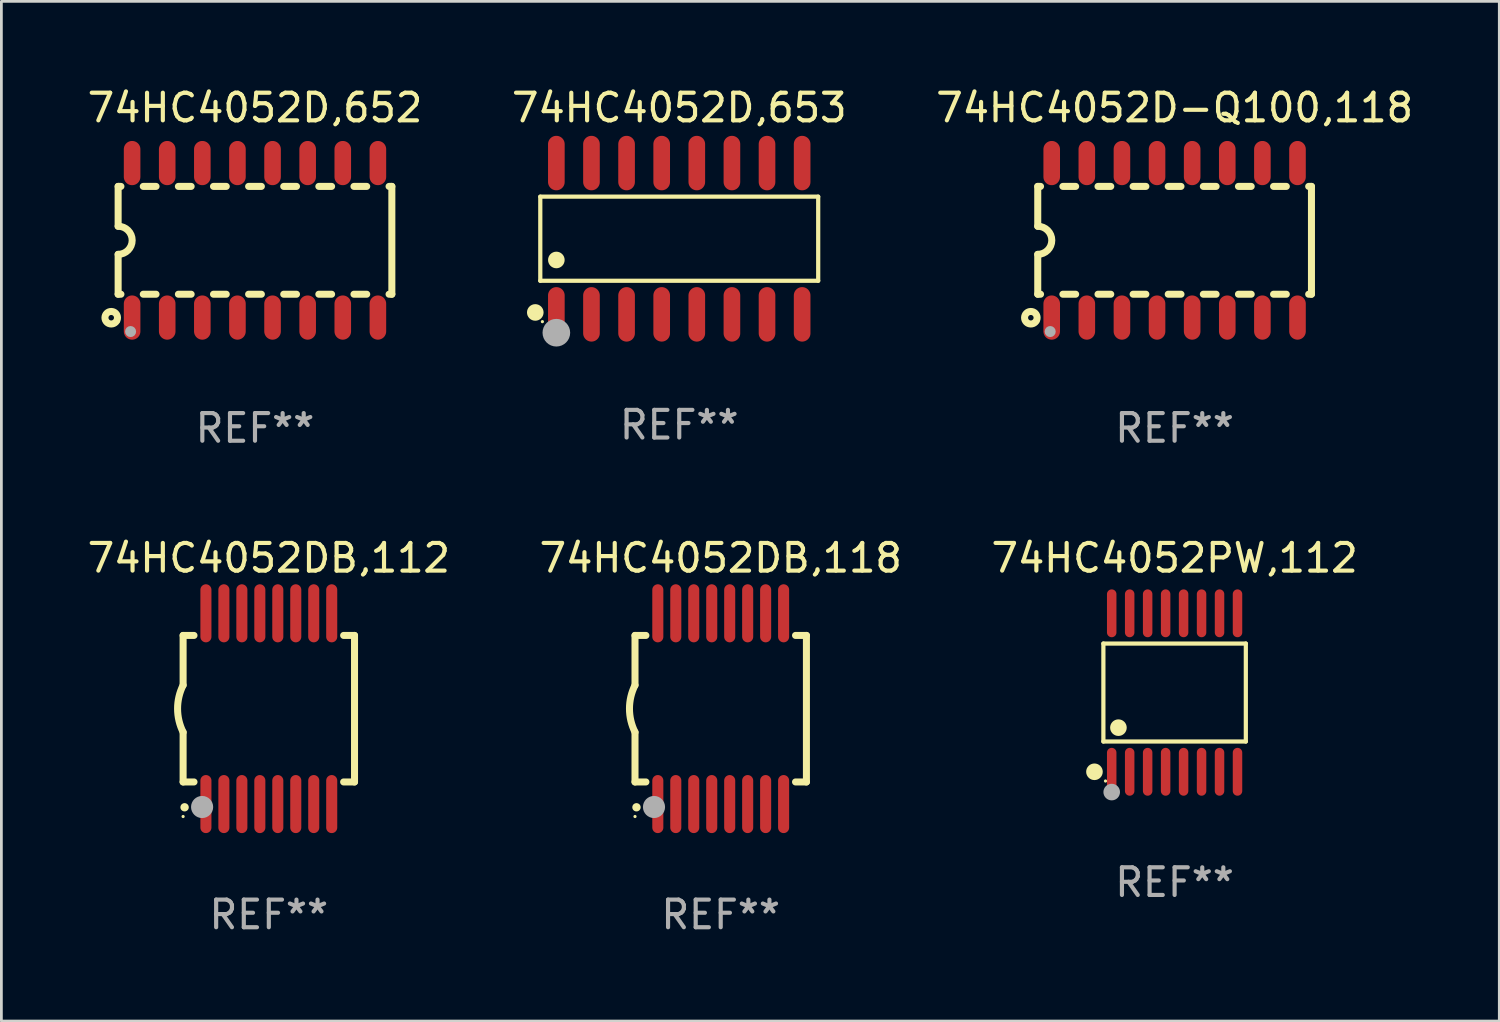
<source format=kicad_pcb>
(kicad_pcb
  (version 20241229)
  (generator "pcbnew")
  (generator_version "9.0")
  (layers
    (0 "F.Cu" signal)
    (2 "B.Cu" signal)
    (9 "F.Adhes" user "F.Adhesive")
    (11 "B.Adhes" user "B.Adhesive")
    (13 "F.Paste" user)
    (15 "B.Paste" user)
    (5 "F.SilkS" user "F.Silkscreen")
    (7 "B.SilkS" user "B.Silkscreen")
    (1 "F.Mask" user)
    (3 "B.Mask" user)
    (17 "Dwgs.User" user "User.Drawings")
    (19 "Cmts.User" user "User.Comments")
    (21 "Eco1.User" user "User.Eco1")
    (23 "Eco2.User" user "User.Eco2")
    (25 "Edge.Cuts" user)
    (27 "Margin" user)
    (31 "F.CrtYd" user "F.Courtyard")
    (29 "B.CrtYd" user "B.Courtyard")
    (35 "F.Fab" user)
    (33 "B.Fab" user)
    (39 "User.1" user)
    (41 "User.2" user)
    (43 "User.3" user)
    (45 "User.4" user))
  (footprint "74HC4052D,653"
    (layer "F.Cu")
    (at 21.518 5.584)
    (property "Reference" "74HC4052D,653" (at 0 -4.736 0) (layer "F.SilkS") (effects (font (size 1 1) (thickness 0.15))))
    (attr through_hole)
    (fp_line (start -5.026 -1.521) (end 5.026 -1.521) (stroke (width 0.152) (type solid)) (layer "F.SilkS"))
    (fp_line (start -5.026 1.521) (end -5.026 -1.521) (stroke (width 0.152) (type solid)) (layer "F.SilkS"))
    (fp_line (start 5.026 -1.521) (end 5.026 1.521) (stroke (width 0.152) (type solid)) (layer "F.SilkS"))
    (fp_line (start 5.026 1.521) (end -5.026 1.521) (stroke (width 0.152) (type solid)) (layer "F.SilkS"))
    (fp_circle (center -5.207 2.667) (end -5.057 2.667) (stroke (width 0.3) (type solid)) (fill no) (layer "F.SilkS"))
    (fp_circle (center -4.95 3) (end -4.92 3) (stroke (width 0.06) (type solid)) (fill no) (layer "F.SilkS"))
    (fp_circle (center -4.445 0.769) (end -4.295 0.769) (stroke (width 0.3) (type solid)) (fill no) (layer "F.SilkS"))
    (fp_circle (center -4.445 3.4) (end -4.195 3.4) (stroke (width 0.5) (type solid)) (fill no) (layer "F.Fab"))
    (fp_text user "REF**" (at 0 6.736 0) (layer "F.Fab") (effects (font (size 1 1) (thickness 0.15))))
    (pad "1" smd oval (at -4.445 2.736) (size 0.602 1.971) (layers "F.Cu" "F.Mask" "F.Paste"))
    (pad "2" smd oval (at -3.175 2.736) (size 0.602 1.971) (layers "F.Cu" "F.Mask" "F.Paste"))
    (pad "3" smd oval (at -1.905 2.736) (size 0.602 1.971) (layers "F.Cu" "F.Mask" "F.Paste"))
    (pad "4" smd oval (at -0.635 2.736) (size 0.602 1.971) (layers "F.Cu" "F.Mask" "F.Paste"))
    (pad "5" smd oval (at 0.635 2.736) (size 0.602 1.971) (layers "F.Cu" "F.Mask" "F.Paste"))
    (pad "6" smd oval (at 1.905 2.736) (size 0.602 1.971) (layers "F.Cu" "F.Mask" "F.Paste"))
    (pad "7" smd oval (at 3.175 2.736) (size 0.602 1.971) (layers "F.Cu" "F.Mask" "F.Paste"))
    (pad "8" smd oval (at 4.445 2.736) (size 0.602 1.971) (layers "F.Cu" "F.Mask" "F.Paste"))
    (pad "9" smd oval (at 4.445 -2.736) (size 0.602 1.971) (layers "F.Cu" "F.Mask" "F.Paste"))
    (pad "10" smd oval (at 3.175 -2.736) (size 0.602 1.971) (layers "F.Cu" "F.Mask" "F.Paste"))
    (pad "11" smd oval (at 1.905 -2.736) (size 0.602 1.971) (layers "F.Cu" "F.Mask" "F.Paste"))
    (pad "12" smd oval (at 0.635 -2.736) (size 0.602 1.971) (layers "F.Cu" "F.Mask" "F.Paste"))
    (pad "13" smd oval (at -0.635 -2.736) (size 0.602 1.971) (layers "F.Cu" "F.Mask" "F.Paste"))
    (pad "14" smd oval (at -1.905 -2.736) (size 0.602 1.971) (layers "F.Cu" "F.Mask" "F.Paste"))
    (pad "15" smd oval (at -3.175 -2.736) (size 0.602 1.971) (layers "F.Cu" "F.Mask" "F.Paste"))
    (pad "16" smd oval (at -4.445 -2.736) (size 0.602 1.971) (layers "F.Cu" "F.Mask" "F.Paste")))
  (footprint "74HC4052D-Q100,118"
    (layer "F.Cu")
    (at 39.435 5.642)
    (property "Reference" "74HC4052D-Q100,118" (at 0 -4.794 0) (layer "F.SilkS") (effects (font (size 1 1) (thickness 0.15))))
    (attr through_hole)
    (fp_line (start -4.95 -1.95) (end -4.95 -0.508) (stroke (width 0.254) (type solid)) (layer "F.SilkS"))
    (fp_line (start -4.95 -1.95) (end -4.849 -1.95) (stroke (width 0.254) (type solid)) (layer "F.SilkS"))
    (fp_line (start -4.95 1.95) (end -4.95 0.508) (stroke (width 0.254) (type solid)) (layer "F.SilkS"))
    (fp_line (start -4.95 1.95) (end -4.849 1.95) (stroke (width 0.254) (type solid)) (layer "F.SilkS"))
    (fp_line (start -4.041 -1.95) (end -3.579 -1.95) (stroke (width 0.254) (type solid)) (layer "F.SilkS"))
    (fp_line (start -4.041 1.95) (end -3.579 1.95) (stroke (width 0.254) (type solid)) (layer "F.SilkS"))
    (fp_line (start -2.771 -1.95) (end -2.309 -1.95) (stroke (width 0.254) (type solid)) (layer "F.SilkS"))
    (fp_line (start -2.771 1.95) (end -2.309 1.95) (stroke (width 0.254) (type solid)) (layer "F.SilkS"))
    (fp_line (start -1.501 -1.95) (end -1.039 -1.95) (stroke (width 0.254) (type solid)) (layer "F.SilkS"))
    (fp_line (start -1.501 1.95) (end -1.039 1.95) (stroke (width 0.254) (type solid)) (layer "F.SilkS"))
    (fp_line (start -0.231 -1.95) (end 0.231 -1.95) (stroke (width 0.254) (type solid)) (layer "F.SilkS"))
    (fp_line (start -0.231 1.95) (end 0.231 1.95) (stroke (width 0.254) (type solid)) (layer "F.SilkS"))
    (fp_line (start 1.039 -1.95) (end 1.501 -1.95) (stroke (width 0.254) (type solid)) (layer "F.SilkS"))
    (fp_line (start 1.039 1.95) (end 1.501 1.95) (stroke (width 0.254) (type solid)) (layer "F.SilkS"))
    (fp_line (start 2.309 -1.95) (end 2.771 -1.95) (stroke (width 0.254) (type solid)) (layer "F.SilkS"))
    (fp_line (start 2.309 1.95) (end 2.771 1.95) (stroke (width 0.254) (type solid)) (layer "F.SilkS"))
    (fp_line (start 3.579 -1.95) (end 4.041 -1.95) (stroke (width 0.254) (type solid)) (layer "F.SilkS"))
    (fp_line (start 3.579 1.95) (end 4.041 1.95) (stroke (width 0.254) (type solid)) (layer "F.SilkS"))
    (fp_line (start 4.849 -1.95) (end 4.95 -1.95) (stroke (width 0.254) (type solid)) (layer "F.SilkS"))
    (fp_line (start 4.849 1.95) (end 4.95 1.95) (stroke (width 0.254) (type solid)) (layer "F.SilkS"))
    (fp_line (start 4.95 -1.95) (end 4.95 1.95) (stroke (width 0.254) (type solid)) (layer "F.SilkS"))
    (fp_arc (start -4.95047 -0.508001) (mid -4.442469 -0.000228) (end -4.950013 0.508001) (stroke (width 0.254001) (type solid)) (layer "F.SilkS"))
    (fp_circle (center -5.2 2.8) (end -5.1 2.8) (stroke (width 0.254) (type solid)) (fill no) (layer "F.SilkS"))
    (fp_circle (center -4.95 2.947) (end -4.92 2.947) (stroke (width 0.06) (type solid)) (fill no) (layer "F.SilkS"))
    (fp_circle (center -4.5 3.3) (end -4.4 3.3) (stroke (width 0.2) (type solid)) (fill no) (layer "F.Fab"))
    (fp_text user "REF**" (at 0 6.794 0) (layer "F.Fab") (effects (font (size 1 1) (thickness 0.15))))
    (pad "1" smd oval (at -4.445 2.794) (size 0.6 1.6) (layers "F.Cu" "F.Mask" "F.Paste"))
    (pad "2" smd oval (at -3.175 2.794) (size 0.6 1.6) (layers "F.Cu" "F.Mask" "F.Paste"))
    (pad "3" smd oval (at -1.905 2.794) (size 0.6 1.6) (layers "F.Cu" "F.Mask" "F.Paste"))
    (pad "4" smd oval (at -0.635 2.794) (size 0.6 1.6) (layers "F.Cu" "F.Mask" "F.Paste"))
    (pad "5" smd oval (at 0.635 2.794) (size 0.6 1.6) (layers "F.Cu" "F.Mask" "F.Paste"))
    (pad "6" smd oval (at 1.905 2.794) (size 0.6 1.6) (layers "F.Cu" "F.Mask" "F.Paste"))
    (pad "7" smd oval (at 3.175 2.794) (size 0.6 1.6) (layers "F.Cu" "F.Mask" "F.Paste"))
    (pad "8" smd oval (at 4.445 2.794) (size 0.6 1.6) (layers "F.Cu" "F.Mask" "F.Paste"))
    (pad "9" smd oval (at 4.445 -2.794) (size 0.6 1.6) (layers "F.Cu" "F.Mask" "F.Paste"))
    (pad "10" smd oval (at 3.175 -2.794) (size 0.6 1.6) (layers "F.Cu" "F.Mask" "F.Paste"))
    (pad "11" smd oval (at 1.905 -2.794) (size 0.6 1.6) (layers "F.Cu" "F.Mask" "F.Paste"))
    (pad "12" smd oval (at 0.635 -2.794) (size 0.6 1.6) (layers "F.Cu" "F.Mask" "F.Paste"))
    (pad "13" smd oval (at -0.635 -2.794) (size 0.6 1.6) (layers "F.Cu" "F.Mask" "F.Paste"))
    (pad "14" smd oval (at -1.905 -2.794) (size 0.6 1.6) (layers "F.Cu" "F.Mask" "F.Paste"))
    (pad "15" smd oval (at -3.175 -2.794) (size 0.6 1.6) (layers "F.Cu" "F.Mask" "F.Paste"))
    (pad "16" smd oval (at -4.445 -2.794) (size 0.6 1.6) (layers "F.Cu" "F.Mask" "F.Paste")))
  (footprint "74HC4052DB,112"
    (layer "F.Cu")
    (at 6.673 22.583)
    (property "Reference" "74HC4052DB,112" (at 0 -5.45 0) (layer "F.SilkS") (effects (font (size 1 1) (thickness 0.15))))
    (attr through_hole)
    (fp_line (start -3.1 -2.65) (end -3.1 -0.85) (stroke (width 0.254) (type solid)) (layer "F.SilkS"))
    (fp_line (start -3.1 -2.65) (end -2.706 -2.65) (stroke (width 0.254) (type solid)) (layer "F.SilkS"))
    (fp_line (start -3.1 2.65) (end -3.1 0.85) (stroke (width 0.254) (type solid)) (layer "F.SilkS"))
    (fp_line (start -3.1 2.65) (end -2.706 2.65) (stroke (width 0.254) (type solid)) (layer "F.SilkS"))
    (fp_line (start 2.706 -2.65) (end 3.1 -2.65) (stroke (width 0.254) (type solid)) (layer "F.SilkS"))
    (fp_line (start 2.706 2.65) (end 3.1 2.65) (stroke (width 0.254) (type solid)) (layer "F.SilkS"))
    (fp_line (start 3.1 -2.65) (end 3.1 2.65) (stroke (width 0.254) (type solid)) (layer "F.SilkS"))
    (fp_arc (start -3.098907 0.850902) (mid -3.300057 0.000523) (end -3.1 -0.850114) (stroke (width 0.254001) (type solid)) (layer "F.SilkS"))
    (fp_arc (start -3.048006 3.566066) (mid -3.046736 3.566061) (end -3.045466 3.566066) (stroke (width 0.3) (type solid)) (layer "F.SilkS"))
    (fp_circle (center -3.1 3.9) (end -3.07 3.9) (stroke (width 0.06) (type solid)) (fill no) (layer "F.SilkS"))
    (fp_circle (center -2.413 3.556) (end -2.213 3.556) (stroke (width 0.4) (type solid)) (fill no) (layer "F.Fab"))
    (fp_text user "REF**" (at 0 7.45 0) (layer "F.Fab") (effects (font (size 1 1) (thickness 0.15))))
    (pad "1" smd oval (at -2.275 3.45 180) (size 0.4 2.1) (layers "F.Cu" "F.Mask" "F.Paste"))
    (pad "2" smd oval (at -1.625 3.45 180) (size 0.4 2.1) (layers "F.Cu" "F.Mask" "F.Paste"))
    (pad "3" smd oval (at -0.975 3.45 180) (size 0.4 2.1) (layers "F.Cu" "F.Mask" "F.Paste"))
    (pad "4" smd oval (at -0.325 3.45 180) (size 0.4 2.1) (layers "F.Cu" "F.Mask" "F.Paste"))
    (pad "5" smd oval (at 0.325 3.45 180) (size 0.4 2.1) (layers "F.Cu" "F.Mask" "F.Paste"))
    (pad "6" smd oval (at 0.975 3.45 180) (size 0.4 2.1) (layers "F.Cu" "F.Mask" "F.Paste"))
    (pad "7" smd oval (at 1.625 3.45 180) (size 0.4 2.1) (layers "F.Cu" "F.Mask" "F.Paste"))
    (pad "8" smd oval (at 2.275 3.45 180) (size 0.4 2.1) (layers "F.Cu" "F.Mask" "F.Paste"))
    (pad "9" smd oval (at 2.275 -3.45 180) (size 0.4 2.1) (layers "F.Cu" "F.Mask" "F.Paste"))
    (pad "10" smd oval (at 1.625 -3.45 180) (size 0.4 2.1) (layers "F.Cu" "F.Mask" "F.Paste"))
    (pad "11" smd oval (at 0.975 -3.45 180) (size 0.4 2.1) (layers "F.Cu" "F.Mask" "F.Paste"))
    (pad "12" smd oval (at 0.325 -3.45 180) (size 0.4 2.1) (layers "F.Cu" "F.Mask" "F.Paste"))
    (pad "13" smd oval (at -0.325 -3.45 180) (size 0.4 2.1) (layers "F.Cu" "F.Mask" "F.Paste"))
    (pad "14" smd oval (at -0.975 -3.45 180) (size 0.4 2.1) (layers "F.Cu" "F.Mask" "F.Paste"))
    (pad "15" smd oval (at -1.625 -3.45 180) (size 0.4 2.1) (layers "F.Cu" "F.Mask" "F.Paste"))
    (pad "16" smd oval (at -2.275 -3.45 180) (size 0.4 2.1) (layers "F.Cu" "F.Mask" "F.Paste")))
  (footprint "74HC4052D,652"
    (layer "F.Cu")
    (at 6.173 5.642)
    (property "Reference" "74HC4052D,652" (at 0 -4.794 0) (layer "F.SilkS") (effects (font (size 1 1) (thickness 0.15))))
    (attr through_hole)
    (fp_line (start -4.95 -1.95) (end -4.95 -0.508) (stroke (width 0.254) (type solid)) (layer "F.SilkS"))
    (fp_line (start -4.95 -1.95) (end -4.849 -1.95) (stroke (width 0.254) (type solid)) (layer "F.SilkS"))
    (fp_line (start -4.95 1.95) (end -4.95 0.508) (stroke (width 0.254) (type solid)) (layer "F.SilkS"))
    (fp_line (start -4.95 1.95) (end -4.849 1.95) (stroke (width 0.254) (type solid)) (layer "F.SilkS"))
    (fp_line (start -4.041 -1.95) (end -3.579 -1.95) (stroke (width 0.254) (type solid)) (layer "F.SilkS"))
    (fp_line (start -4.041 1.95) (end -3.579 1.95) (stroke (width 0.254) (type solid)) (layer "F.SilkS"))
    (fp_line (start -2.771 -1.95) (end -2.309 -1.95) (stroke (width 0.254) (type solid)) (layer "F.SilkS"))
    (fp_line (start -2.771 1.95) (end -2.309 1.95) (stroke (width 0.254) (type solid)) (layer "F.SilkS"))
    (fp_line (start -1.501 -1.95) (end -1.039 -1.95) (stroke (width 0.254) (type solid)) (layer "F.SilkS"))
    (fp_line (start -1.501 1.95) (end -1.039 1.95) (stroke (width 0.254) (type solid)) (layer "F.SilkS"))
    (fp_line (start -0.231 -1.95) (end 0.231 -1.95) (stroke (width 0.254) (type solid)) (layer "F.SilkS"))
    (fp_line (start -0.231 1.95) (end 0.231 1.95) (stroke (width 0.254) (type solid)) (layer "F.SilkS"))
    (fp_line (start 1.039 -1.95) (end 1.501 -1.95) (stroke (width 0.254) (type solid)) (layer "F.SilkS"))
    (fp_line (start 1.039 1.95) (end 1.501 1.95) (stroke (width 0.254) (type solid)) (layer "F.SilkS"))
    (fp_line (start 2.309 -1.95) (end 2.771 -1.95) (stroke (width 0.254) (type solid)) (layer "F.SilkS"))
    (fp_line (start 2.309 1.95) (end 2.771 1.95) (stroke (width 0.254) (type solid)) (layer "F.SilkS"))
    (fp_line (start 3.579 -1.95) (end 4.041 -1.95) (stroke (width 0.254) (type solid)) (layer "F.SilkS"))
    (fp_line (start 3.579 1.95) (end 4.041 1.95) (stroke (width 0.254) (type solid)) (layer "F.SilkS"))
    (fp_line (start 4.849 -1.95) (end 4.95 -1.95) (stroke (width 0.254) (type solid)) (layer "F.SilkS"))
    (fp_line (start 4.849 1.95) (end 4.95 1.95) (stroke (width 0.254) (type solid)) (layer "F.SilkS"))
    (fp_line (start 4.95 -1.95) (end 4.95 1.95) (stroke (width 0.254) (type solid)) (layer "F.SilkS"))
    (fp_arc (start -4.95047 -0.508001) (mid -4.442469 -0.000228) (end -4.950013 0.508001) (stroke (width 0.254001) (type solid)) (layer "F.SilkS"))
    (fp_circle (center -5.2 2.8) (end -5.1 2.8) (stroke (width 0.254) (type solid)) (fill no) (layer "F.SilkS"))
    (fp_circle (center -4.95 2.947) (end -4.92 2.947) (stroke (width 0.06) (type solid)) (fill no) (layer "F.SilkS"))
    (fp_circle (center -4.5 3.3) (end -4.4 3.3) (stroke (width 0.2) (type solid)) (fill no) (layer "F.Fab"))
    (fp_text user "REF**" (at 0 6.794 0) (layer "F.Fab") (effects (font (size 1 1) (thickness 0.15))))
    (pad "1" smd oval (at -4.445 2.794) (size 0.6 1.6) (layers "F.Cu" "F.Mask" "F.Paste"))
    (pad "2" smd oval (at -3.175 2.794) (size 0.6 1.6) (layers "F.Cu" "F.Mask" "F.Paste"))
    (pad "3" smd oval (at -1.905 2.794) (size 0.6 1.6) (layers "F.Cu" "F.Mask" "F.Paste"))
    (pad "4" smd oval (at -0.635 2.794) (size 0.6 1.6) (layers "F.Cu" "F.Mask" "F.Paste"))
    (pad "5" smd oval (at 0.635 2.794) (size 0.6 1.6) (layers "F.Cu" "F.Mask" "F.Paste"))
    (pad "6" smd oval (at 1.905 2.794) (size 0.6 1.6) (layers "F.Cu" "F.Mask" "F.Paste"))
    (pad "7" smd oval (at 3.175 2.794) (size 0.6 1.6) (layers "F.Cu" "F.Mask" "F.Paste"))
    (pad "8" smd oval (at 4.445 2.794) (size 0.6 1.6) (layers "F.Cu" "F.Mask" "F.Paste"))
    (pad "9" smd oval (at 4.445 -2.794) (size 0.6 1.6) (layers "F.Cu" "F.Mask" "F.Paste"))
    (pad "10" smd oval (at 3.175 -2.794) (size 0.6 1.6) (layers "F.Cu" "F.Mask" "F.Paste"))
    (pad "11" smd oval (at 1.905 -2.794) (size 0.6 1.6) (layers "F.Cu" "F.Mask" "F.Paste"))
    (pad "12" smd oval (at 0.635 -2.794) (size 0.6 1.6) (layers "F.Cu" "F.Mask" "F.Paste"))
    (pad "13" smd oval (at -0.635 -2.794) (size 0.6 1.6) (layers "F.Cu" "F.Mask" "F.Paste"))
    (pad "14" smd oval (at -1.905 -2.794) (size 0.6 1.6) (layers "F.Cu" "F.Mask" "F.Paste"))
    (pad "15" smd oval (at -3.175 -2.794) (size 0.6 1.6) (layers "F.Cu" "F.Mask" "F.Paste"))
    (pad "16" smd oval (at -4.445 -2.794) (size 0.6 1.6) (layers "F.Cu" "F.Mask" "F.Paste")))
  (footprint "74HC4052PW,112"
    (layer "F.Cu")
    (at 39.435 21.999)
    (property "Reference" "74HC4052PW,112" (at 0 -4.866 0) (layer "F.SilkS") (effects (font (size 1 1) (thickness 0.15))))
    (attr through_hole)
    (fp_line (start -2.576 -1.772) (end 2.576 -1.772) (stroke (width 0.152) (type solid)) (layer "F.SilkS"))
    (fp_line (start -2.576 1.771) (end -2.576 -1.772) (stroke (width 0.152) (type solid)) (layer "F.SilkS"))
    (fp_line (start 2.576 -1.772) (end 2.576 1.771) (stroke (width 0.152) (type solid)) (layer "F.SilkS"))
    (fp_line (start 2.576 1.771) (end -2.576 1.771) (stroke (width 0.152) (type solid)) (layer "F.SilkS"))
    (fp_circle (center -2.899 2.866) (end -2.749 2.866) (stroke (width 0.3) (type solid)) (fill no) (layer "F.SilkS"))
    (fp_circle (center -2.5 3.2) (end -2.47 3.2) (stroke (width 0.06) (type solid)) (fill no) (layer "F.SilkS"))
    (fp_circle (center -2.032 1.27) (end -1.882 1.27) (stroke (width 0.3) (type solid)) (fill no) (layer "F.SilkS"))
    (fp_circle (center -2.275 3.6) (end -2.125 3.6) (stroke (width 0.3) (type solid)) (fill no) (layer "F.Fab"))
    (fp_text user "REF**" (at 0 6.866 0) (layer "F.Fab") (effects (font (size 1 1) (thickness 0.15))))
    (pad "1" smd oval (at -2.275 2.866) (size 0.343 1.731) (layers "F.Cu" "F.Mask" "F.Paste"))
    (pad "2" smd oval (at -1.625 2.866) (size 0.343 1.731) (layers "F.Cu" "F.Mask" "F.Paste"))
    (pad "3" smd oval (at -0.975 2.866) (size 0.343 1.731) (layers "F.Cu" "F.Mask" "F.Paste"))
    (pad "4" smd oval (at -0.325 2.866) (size 0.343 1.731) (layers "F.Cu" "F.Mask" "F.Paste"))
    (pad "5" smd oval (at 0.325 2.866) (size 0.343 1.731) (layers "F.Cu" "F.Mask" "F.Paste"))
    (pad "6" smd oval (at 0.975 2.866) (size 0.343 1.731) (layers "F.Cu" "F.Mask" "F.Paste"))
    (pad "7" smd oval (at 1.625 2.866) (size 0.343 1.731) (layers "F.Cu" "F.Mask" "F.Paste"))
    (pad "8" smd oval (at 2.275 2.866) (size 0.343 1.731) (layers "F.Cu" "F.Mask" "F.Paste"))
    (pad "9" smd oval (at 2.275 -2.866) (size 0.343 1.731) (layers "F.Cu" "F.Mask" "F.Paste"))
    (pad "10" smd oval (at 1.625 -2.866) (size 0.343 1.731) (layers "F.Cu" "F.Mask" "F.Paste"))
    (pad "11" smd oval (at 0.975 -2.866) (size 0.343 1.731) (layers "F.Cu" "F.Mask" "F.Paste"))
    (pad "12" smd oval (at 0.325 -2.866) (size 0.343 1.731) (layers "F.Cu" "F.Mask" "F.Paste"))
    (pad "13" smd oval (at -0.325 -2.866) (size 0.343 1.731) (layers "F.Cu" "F.Mask" "F.Paste"))
    (pad "14" smd oval (at -0.975 -2.866) (size 0.343 1.731) (layers "F.Cu" "F.Mask" "F.Paste"))
    (pad "15" smd oval (at -1.625 -2.866) (size 0.343 1.731) (layers "F.Cu" "F.Mask" "F.Paste"))
    (pad "16" smd oval (at -2.275 -2.866) (size 0.343 1.731) (layers "F.Cu" "F.Mask" "F.Paste")))
  (footprint "74HC4052DB,118"
    (layer "F.Cu")
    (at 23.018 22.583)
    (property "Reference" "74HC4052DB,118" (at 0 -5.45 0) (layer "F.SilkS") (effects (font (size 1 1) (thickness 0.15))))
    (attr through_hole)
    (fp_line (start -3.1 -2.65) (end -3.1 -0.85) (stroke (width 0.254) (type solid)) (layer "F.SilkS"))
    (fp_line (start -3.1 -2.65) (end -2.706 -2.65) (stroke (width 0.254) (type solid)) (layer "F.SilkS"))
    (fp_line (start -3.1 2.65) (end -3.1 0.85) (stroke (width 0.254) (type solid)) (layer "F.SilkS"))
    (fp_line (start -3.1 2.65) (end -2.706 2.65) (stroke (width 0.254) (type solid)) (layer "F.SilkS"))
    (fp_line (start 2.706 -2.65) (end 3.1 -2.65) (stroke (width 0.254) (type solid)) (layer "F.SilkS"))
    (fp_line (start 2.706 2.65) (end 3.1 2.65) (stroke (width 0.254) (type solid)) (layer "F.SilkS"))
    (fp_line (start 3.1 -2.65) (end 3.1 2.65) (stroke (width 0.254) (type solid)) (layer "F.SilkS"))
    (fp_arc (start -3.098907 0.850902) (mid -3.300057 0.000523) (end -3.1 -0.850114) (stroke (width 0.254001) (type solid)) (layer "F.SilkS"))
    (fp_arc (start -3.048006 3.566066) (mid -3.046736 3.566061) (end -3.045466 3.566066) (stroke (width 0.3) (type solid)) (layer "F.SilkS"))
    (fp_circle (center -3.1 3.9) (end -3.07 3.9) (stroke (width 0.06) (type solid)) (fill no) (layer "F.SilkS"))
    (fp_circle (center -2.413 3.556) (end -2.213 3.556) (stroke (width 0.4) (type solid)) (fill no) (layer "F.Fab"))
    (fp_text user "REF**" (at 0 7.45 0) (layer "F.Fab") (effects (font (size 1 1) (thickness 0.15))))
    (pad "1" smd oval (at -2.275 3.45 180) (size 0.4 2.1) (layers "F.Cu" "F.Mask" "F.Paste"))
    (pad "2" smd oval (at -1.625 3.45 180) (size 0.4 2.1) (layers "F.Cu" "F.Mask" "F.Paste"))
    (pad "3" smd oval (at -0.975 3.45 180) (size 0.4 2.1) (layers "F.Cu" "F.Mask" "F.Paste"))
    (pad "4" smd oval (at -0.325 3.45 180) (size 0.4 2.1) (layers "F.Cu" "F.Mask" "F.Paste"))
    (pad "5" smd oval (at 0.325 3.45 180) (size 0.4 2.1) (layers "F.Cu" "F.Mask" "F.Paste"))
    (pad "6" smd oval (at 0.975 3.45 180) (size 0.4 2.1) (layers "F.Cu" "F.Mask" "F.Paste"))
    (pad "7" smd oval (at 1.625 3.45 180) (size 0.4 2.1) (layers "F.Cu" "F.Mask" "F.Paste"))
    (pad "8" smd oval (at 2.275 3.45 180) (size 0.4 2.1) (layers "F.Cu" "F.Mask" "F.Paste"))
    (pad "9" smd oval (at 2.275 -3.45 180) (size 0.4 2.1) (layers "F.Cu" "F.Mask" "F.Paste"))
    (pad "10" smd oval (at 1.625 -3.45 180) (size 0.4 2.1) (layers "F.Cu" "F.Mask" "F.Paste"))
    (pad "11" smd oval (at 0.975 -3.45 180) (size 0.4 2.1) (layers "F.Cu" "F.Mask" "F.Paste"))
    (pad "12" smd oval (at 0.325 -3.45 180) (size 0.4 2.1) (layers "F.Cu" "F.Mask" "F.Paste"))
    (pad "13" smd oval (at -0.325 -3.45 180) (size 0.4 2.1) (layers "F.Cu" "F.Mask" "F.Paste"))
    (pad "14" smd oval (at -0.975 -3.45 180) (size 0.4 2.1) (layers "F.Cu" "F.Mask" "F.Paste"))
    (pad "15" smd oval (at -1.625 -3.45 180) (size 0.4 2.1) (layers "F.Cu" "F.Mask" "F.Paste"))
    (pad "16" smd oval (at -2.275 -3.45 180) (size 0.4 2.1) (layers "F.Cu" "F.Mask" "F.Paste")))
  (gr_rect
    (start -3 -3)
    (end 51.179 33.881)
    (stroke (width 0.1) (type default))
    (fill no)
    (layer "Edge.Cuts")))
</source>
